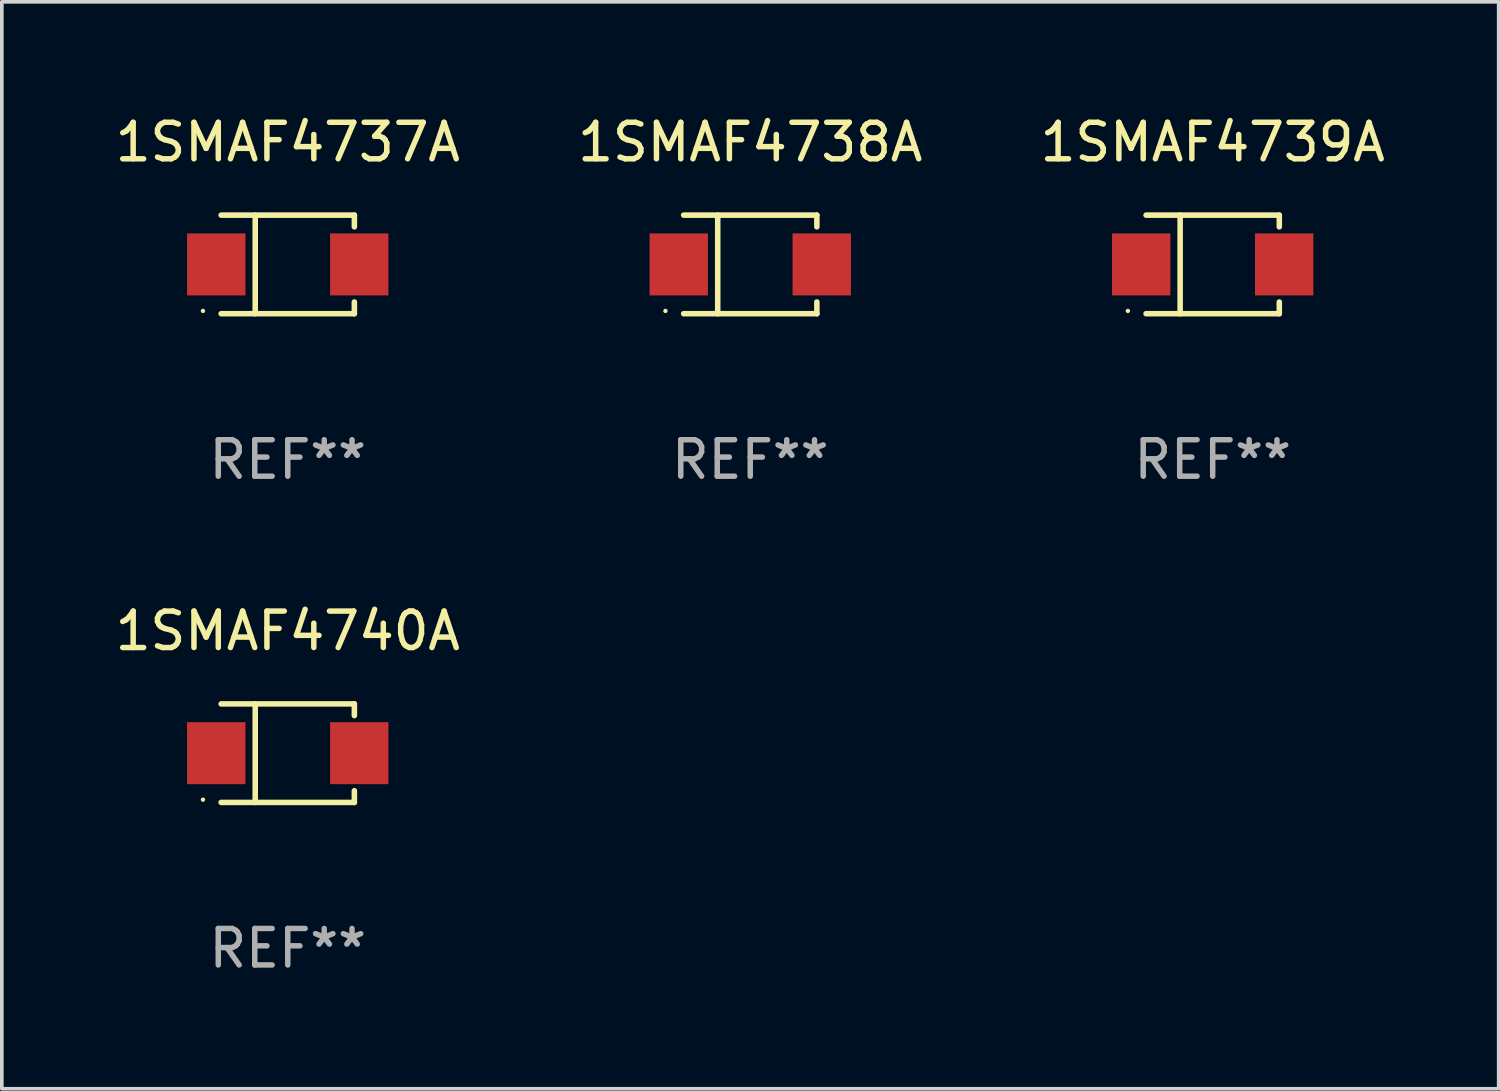
<source format=kicad_pcb>
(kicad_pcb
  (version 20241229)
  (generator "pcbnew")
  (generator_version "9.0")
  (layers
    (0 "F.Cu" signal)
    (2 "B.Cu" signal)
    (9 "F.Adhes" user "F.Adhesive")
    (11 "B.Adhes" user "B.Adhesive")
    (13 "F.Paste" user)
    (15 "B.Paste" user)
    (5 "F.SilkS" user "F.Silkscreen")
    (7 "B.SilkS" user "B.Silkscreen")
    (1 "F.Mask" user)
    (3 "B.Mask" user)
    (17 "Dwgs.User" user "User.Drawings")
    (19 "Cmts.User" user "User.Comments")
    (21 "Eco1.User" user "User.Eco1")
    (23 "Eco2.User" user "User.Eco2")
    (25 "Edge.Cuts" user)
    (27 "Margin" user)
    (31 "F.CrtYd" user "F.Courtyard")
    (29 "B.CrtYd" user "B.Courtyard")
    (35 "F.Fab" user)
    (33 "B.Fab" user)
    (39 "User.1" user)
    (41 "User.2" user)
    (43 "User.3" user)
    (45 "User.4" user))
  (footprint "1SMAF4738A"
    (layer "F.Cu")
    (at 17.518 4.199)
    (property "Reference" "1SMAF4738A" (at 0 -3.351 0) (layer "F.SilkS") (effects (font (size 1 1) (thickness 0.15))))
    (attr through_hole)
    (fp_line (start -1.826 -1.351) (end 1.826 -1.351) (stroke (width 0.152) (type solid)) (layer "F.SilkS"))
    (fp_line (start -1.826 1.351) (end 1.826 1.351) (stroke (width 0.152) (type solid)) (layer "F.SilkS"))
    (fp_line (start -0.892 -1.351) (end -0.892 1.351) (stroke (width 0.152) (type solid)) (layer "F.SilkS"))
    (fp_line (start 1.826 -1.351) (end 1.826 -1.03) (stroke (width 0.152) (type solid)) (layer "F.SilkS"))
    (fp_line (start 1.826 1.03) (end 1.826 1.351) (stroke (width 0.152) (type solid)) (layer "F.SilkS"))
    (fp_circle (center -2.325 1.275) (end -2.295 1.275) (stroke (width 0.06) (type solid)) (fill no) (layer "F.SilkS"))
    (fp_text user "REF**" (at 0 5.351 0) (layer "F.Fab") (effects (font (size 1 1) (thickness 0.15))))
    (pad "1" smd rect (at -1.96 0 180) (size 1.6 1.7) (layers "F.Cu" "F.Mask" "F.Paste"))
    (pad "2" smd rect (at 1.96 0 180) (size 1.6 1.7) (layers "F.Cu" "F.Mask" "F.Paste")))
  (footprint "1SMAF4740A"
    (layer "F.Cu")
    (at 4.839 17.598)
    (property "Reference" "1SMAF4740A" (at 0 -3.351 0) (layer "F.SilkS") (effects (font (size 1 1) (thickness 0.15))))
    (attr through_hole)
    (fp_line (start -1.826 -1.351) (end 1.826 -1.351) (stroke (width 0.152) (type solid)) (layer "F.SilkS"))
    (fp_line (start -1.826 1.351) (end 1.826 1.351) (stroke (width 0.152) (type solid)) (layer "F.SilkS"))
    (fp_line (start -0.892 -1.351) (end -0.892 1.351) (stroke (width 0.152) (type solid)) (layer "F.SilkS"))
    (fp_line (start 1.826 -1.351) (end 1.826 -1.03) (stroke (width 0.152) (type solid)) (layer "F.SilkS"))
    (fp_line (start 1.826 1.03) (end 1.826 1.351) (stroke (width 0.152) (type solid)) (layer "F.SilkS"))
    (fp_circle (center -2.325 1.275) (end -2.295 1.275) (stroke (width 0.06) (type solid)) (fill no) (layer "F.SilkS"))
    (fp_text user "REF**" (at 0 5.351 0) (layer "F.Fab") (effects (font (size 1 1) (thickness 0.15))))
    (pad "1" smd rect (at -1.96 0 180) (size 1.6 1.7) (layers "F.Cu" "F.Mask" "F.Paste"))
    (pad "2" smd rect (at 1.96 0 180) (size 1.6 1.7) (layers "F.Cu" "F.Mask" "F.Paste")))
  (footprint "1SMAF4739A"
    (layer "F.Cu")
    (at 30.196 4.199)
    (property "Reference" "1SMAF4739A" (at 0 -3.351 0) (layer "F.SilkS") (effects (font (size 1 1) (thickness 0.15))))
    (attr through_hole)
    (fp_line (start -1.826 -1.351) (end 1.826 -1.351) (stroke (width 0.152) (type solid)) (layer "F.SilkS"))
    (fp_line (start -1.826 1.351) (end 1.826 1.351) (stroke (width 0.152) (type solid)) (layer "F.SilkS"))
    (fp_line (start -0.892 -1.351) (end -0.892 1.351) (stroke (width 0.152) (type solid)) (layer "F.SilkS"))
    (fp_line (start 1.826 -1.351) (end 1.826 -1.03) (stroke (width 0.152) (type solid)) (layer "F.SilkS"))
    (fp_line (start 1.826 1.03) (end 1.826 1.351) (stroke (width 0.152) (type solid)) (layer "F.SilkS"))
    (fp_circle (center -2.325 1.275) (end -2.295 1.275) (stroke (width 0.06) (type solid)) (fill no) (layer "F.SilkS"))
    (fp_text user "REF**" (at 0 5.351 0) (layer "F.Fab") (effects (font (size 1 1) (thickness 0.15))))
    (pad "1" smd rect (at -1.96 0 180) (size 1.6 1.7) (layers "F.Cu" "F.Mask" "F.Paste"))
    (pad "2" smd rect (at 1.96 0 180) (size 1.6 1.7) (layers "F.Cu" "F.Mask" "F.Paste")))
  (footprint "1SMAF4737A"
    (layer "F.Cu")
    (at 4.839 4.199)
    (property "Reference" "1SMAF4737A" (at 0 -3.351 0) (layer "F.SilkS") (effects (font (size 1 1) (thickness 0.15))))
    (attr through_hole)
    (fp_line (start -1.826 -1.351) (end 1.826 -1.351) (stroke (width 0.152) (type solid)) (layer "F.SilkS"))
    (fp_line (start -1.826 1.351) (end 1.826 1.351) (stroke (width 0.152) (type solid)) (layer "F.SilkS"))
    (fp_line (start -0.892 -1.351) (end -0.892 1.351) (stroke (width 0.152) (type solid)) (layer "F.SilkS"))
    (fp_line (start 1.826 -1.351) (end 1.826 -1.03) (stroke (width 0.152) (type solid)) (layer "F.SilkS"))
    (fp_line (start 1.826 1.03) (end 1.826 1.351) (stroke (width 0.152) (type solid)) (layer "F.SilkS"))
    (fp_circle (center -2.325 1.275) (end -2.295 1.275) (stroke (width 0.06) (type solid)) (fill no) (layer "F.SilkS"))
    (fp_text user "REF**" (at 0 5.351 0) (layer "F.Fab") (effects (font (size 1 1) (thickness 0.15))))
    (pad "1" smd rect (at -1.96 0 180) (size 1.6 1.7) (layers "F.Cu" "F.Mask" "F.Paste"))
    (pad "2" smd rect (at 1.96 0 180) (size 1.6 1.7) (layers "F.Cu" "F.Mask" "F.Paste")))
  (gr_rect
    (start -3 -3)
    (end 38.036 26.798)
    (stroke (width 0.1) (type default))
    (fill no)
    (layer "Edge.Cuts")))
</source>
